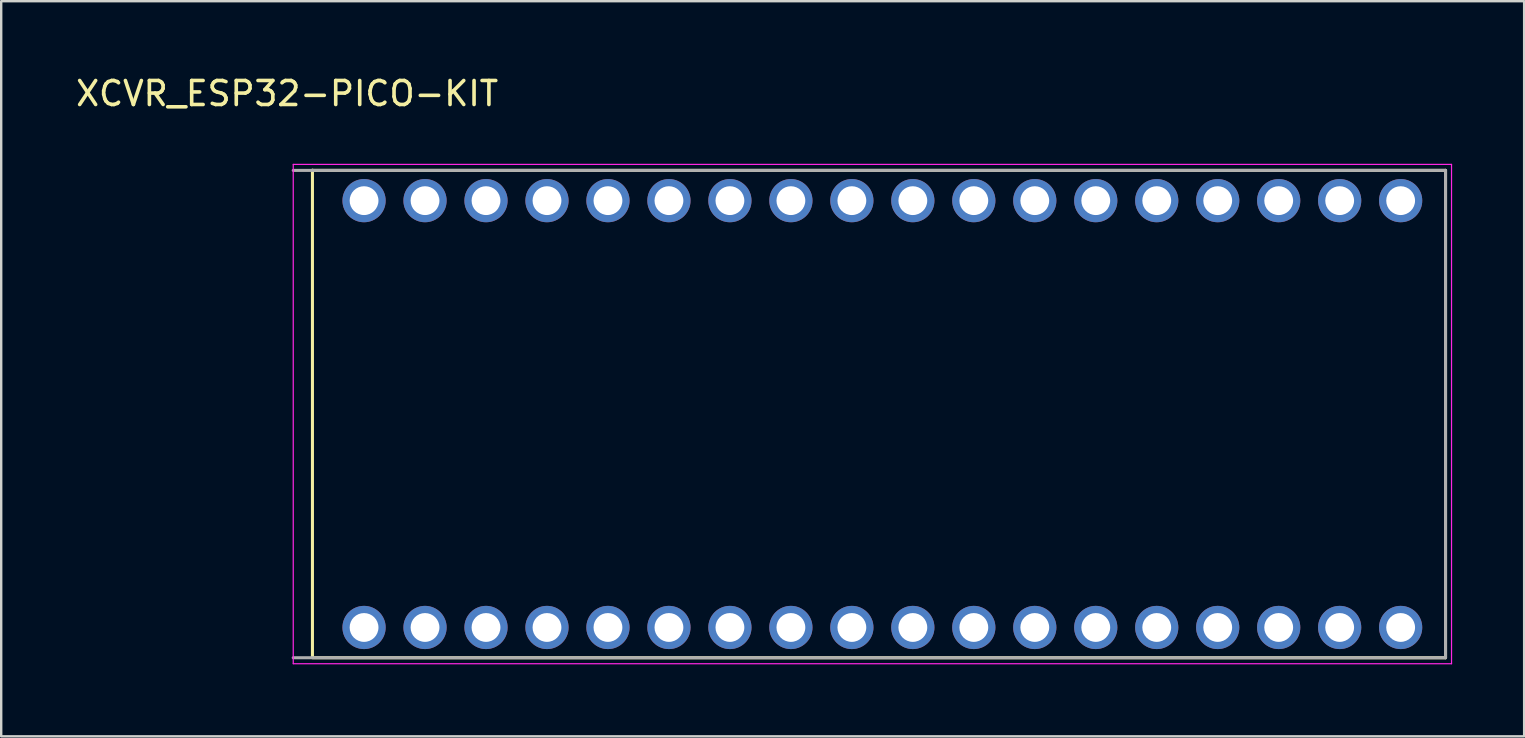
<source format=kicad_pcb>
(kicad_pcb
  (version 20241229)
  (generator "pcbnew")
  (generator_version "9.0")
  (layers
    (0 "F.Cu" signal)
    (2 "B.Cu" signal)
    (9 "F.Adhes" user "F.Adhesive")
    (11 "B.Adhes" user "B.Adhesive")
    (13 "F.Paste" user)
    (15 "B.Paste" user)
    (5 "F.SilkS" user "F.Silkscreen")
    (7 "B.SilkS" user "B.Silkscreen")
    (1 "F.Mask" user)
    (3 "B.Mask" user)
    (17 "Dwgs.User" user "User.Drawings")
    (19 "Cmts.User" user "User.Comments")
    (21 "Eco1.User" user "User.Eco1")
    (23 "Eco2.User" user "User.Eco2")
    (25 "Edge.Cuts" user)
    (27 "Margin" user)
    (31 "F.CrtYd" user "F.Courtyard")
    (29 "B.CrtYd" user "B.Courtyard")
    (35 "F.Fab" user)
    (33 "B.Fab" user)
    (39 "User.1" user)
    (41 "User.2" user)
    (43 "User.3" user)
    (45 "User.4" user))
  (footprint "XCVR_ESP32-PICO-KIT"
    (layer "F.Cu")
    (at 31.165 14.198)
    (property "Reference" "XCVR_ESP32-PICO-KIT" (at -22.254 -13.35 0) (layer "F.SilkS") (effects (font (size 1 1) (thickness 0.15))))
    (attr through_hole)
    (fp_line (start -21.2 -10.15) (end 26 -10.15) (stroke (width 0.127) (type solid)) (layer "F.SilkS"))
    (fp_line (start -21.2 10.14) (end -21.2 -10.16) (stroke (width 0.127) (type solid)) (layer "F.SilkS"))
    (fp_line (start 26 -10.15) (end 26 10.15) (stroke (width 0.127) (type solid)) (layer "F.SilkS"))
    (fp_line (start 26 10.15) (end -21.2 10.15) (stroke (width 0.127) (type solid)) (layer "F.SilkS"))
    (fp_line (start -22 -10.4) (end 26.25 -10.4) (stroke (width 0.05) (type solid)) (layer "F.CrtYd"))
    (fp_line (start -22 10.4) (end -22 -10.4) (stroke (width 0.05) (type solid)) (layer "F.CrtYd"))
    (fp_line (start 26.25 -10.4) (end 26.25 10.4) (stroke (width 0.05) (type solid)) (layer "F.CrtYd"))
    (fp_line (start 26.25 10.4) (end -22 10.4) (stroke (width 0.05) (type solid)) (layer "F.CrtYd"))
    (fp_line (start -22 -10.15) (end 26 -10.15) (stroke (width 0.127) (type solid)) (layer "F.Fab"))
    (fp_line (start 26 -10.15) (end 26 10.15) (stroke (width 0.127) (type solid)) (layer "F.Fab"))
    (fp_line (start 26 10.15) (end -22 10.15) (stroke (width 0.127) (type solid)) (layer "F.Fab"))
    (pad "J2_3" thru_hole circle (at -19.05 -8.89) (size 1.8 1.8) (drill 1.2) (layers "*.Cu" "*.Mask"))
    (pad "J2_4" thru_hole circle (at -16.51 -8.89) (size 1.8 1.8) (drill 1.2) (layers "*.Cu" "*.Mask"))
    (pad "J2_5" thru_hole circle (at -13.97 -8.89) (size 1.8 1.8) (drill 1.2) (layers "*.Cu" "*.Mask"))
    (pad "J2_6" thru_hole circle (at -11.43 -8.89) (size 1.8 1.8) (drill 1.2) (layers "*.Cu" "*.Mask"))
    (pad "J2_7" thru_hole circle (at -8.89 -8.89) (size 1.8 1.8) (drill 1.2) (layers "*.Cu" "*.Mask"))
    (pad "J2_8" thru_hole circle (at -6.35 -8.89) (size 1.8 1.8) (drill 1.2) (layers "*.Cu" "*.Mask"))
    (pad "J2_9" thru_hole circle (at -3.81 -8.89) (size 1.8 1.8) (drill 1.2) (layers "*.Cu" "*.Mask"))
    (pad "J2_10" thru_hole circle (at -1.27 -8.89) (size 1.8 1.8) (drill 1.2) (layers "*.Cu" "*.Mask"))
    (pad "J2_11" thru_hole circle (at 1.27 -8.89) (size 1.8 1.8) (drill 1.2) (layers "*.Cu" "*.Mask"))
    (pad "J2_12" thru_hole circle (at 3.81 -8.89) (size 1.8 1.8) (drill 1.2) (layers "*.Cu" "*.Mask"))
    (pad "J2_13" thru_hole circle (at 6.35 -8.89) (size 1.8 1.8) (drill 1.2) (layers "*.Cu" "*.Mask"))
    (pad "J2_14" thru_hole circle (at 8.89 -8.89) (size 1.8 1.8) (drill 1.2) (layers "*.Cu" "*.Mask"))
    (pad "J2_15" thru_hole circle (at 11.43 -8.89) (size 1.8 1.8) (drill 1.2) (layers "*.Cu" "*.Mask"))
    (pad "J2_16" thru_hole circle (at 13.97 -8.89) (size 1.8 1.8) (drill 1.2) (layers "*.Cu" "*.Mask"))
    (pad "J2_17" thru_hole circle (at 16.51 -8.89) (size 1.8 1.8) (drill 1.2) (layers "*.Cu" "*.Mask"))
    (pad "J2_18" thru_hole circle (at 19.05 -8.89) (size 1.8 1.8) (drill 1.2) (layers "*.Cu" "*.Mask"))
    (pad "J2_19" thru_hole circle (at 21.59 -8.89) (size 1.8 1.8) (drill 1.2) (layers "*.Cu" "*.Mask"))
    (pad "J2_20" thru_hole circle (at 24.13 -8.89) (size 1.8 1.8) (drill 1.2) (layers "*.Cu" "*.Mask"))
    (pad "J3_3" thru_hole circle (at -19.05 8.89) (size 1.8 1.8) (drill 1.2) (layers "*.Cu" "*.Mask"))
    (pad "J3_4" thru_hole circle (at -16.51 8.89) (size 1.8 1.8) (drill 1.2) (layers "*.Cu" "*.Mask"))
    (pad "J3_5" thru_hole circle (at -13.97 8.89) (size 1.8 1.8) (drill 1.2) (layers "*.Cu" "*.Mask"))
    (pad "J3_6" thru_hole circle (at -11.43 8.89) (size 1.8 1.8) (drill 1.2) (layers "*.Cu" "*.Mask"))
    (pad "J3_7" thru_hole circle (at -8.89 8.89) (size 1.8 1.8) (drill 1.2) (layers "*.Cu" "*.Mask"))
    (pad "J3_8" thru_hole circle (at -6.35 8.89) (size 1.8 1.8) (drill 1.2) (layers "*.Cu" "*.Mask"))
    (pad "J3_9" thru_hole circle (at -3.81 8.89) (size 1.8 1.8) (drill 1.2) (layers "*.Cu" "*.Mask"))
    (pad "J3_10" thru_hole circle (at -1.27 8.89) (size 1.8 1.8) (drill 1.2) (layers "*.Cu" "*.Mask"))
    (pad "J3_11" thru_hole circle (at 1.27 8.89) (size 1.8 1.8) (drill 1.2) (layers "*.Cu" "*.Mask"))
    (pad "J3_12" thru_hole circle (at 3.81 8.89) (size 1.8 1.8) (drill 1.2) (layers "*.Cu" "*.Mask"))
    (pad "J3_13" thru_hole circle (at 6.35 8.89) (size 1.8 1.8) (drill 1.2) (layers "*.Cu" "*.Mask"))
    (pad "J3_14" thru_hole circle (at 8.89 8.89) (size 1.8 1.8) (drill 1.2) (layers "*.Cu" "*.Mask"))
    (pad "J3_15" thru_hole circle (at 11.43 8.89) (size 1.8 1.8) (drill 1.2) (layers "*.Cu" "*.Mask"))
    (pad "J3_16" thru_hole circle (at 13.97 8.89) (size 1.8 1.8) (drill 1.2) (layers "*.Cu" "*.Mask"))
    (pad "J3_17" thru_hole circle (at 16.51 8.89) (size 1.8 1.8) (drill 1.2) (layers "*.Cu" "*.Mask"))
    (pad "J3_18" thru_hole circle (at 19.05 8.89) (size 1.8 1.8) (drill 1.2) (layers "*.Cu" "*.Mask"))
    (pad "J3_19" thru_hole circle (at 21.59 8.89) (size 1.8 1.8) (drill 1.2) (layers "*.Cu" "*.Mask"))
    (pad "J3_20" thru_hole circle (at 24.13 8.89) (size 1.8 1.8) (drill 1.2) (layers "*.Cu" "*.Mask")))
  (gr_rect
    (start -3 -3)
    (end 60.44 27.623)
    (stroke (width 0.1) (type default))
    (fill no)
    (layer "Edge.Cuts")))
</source>
